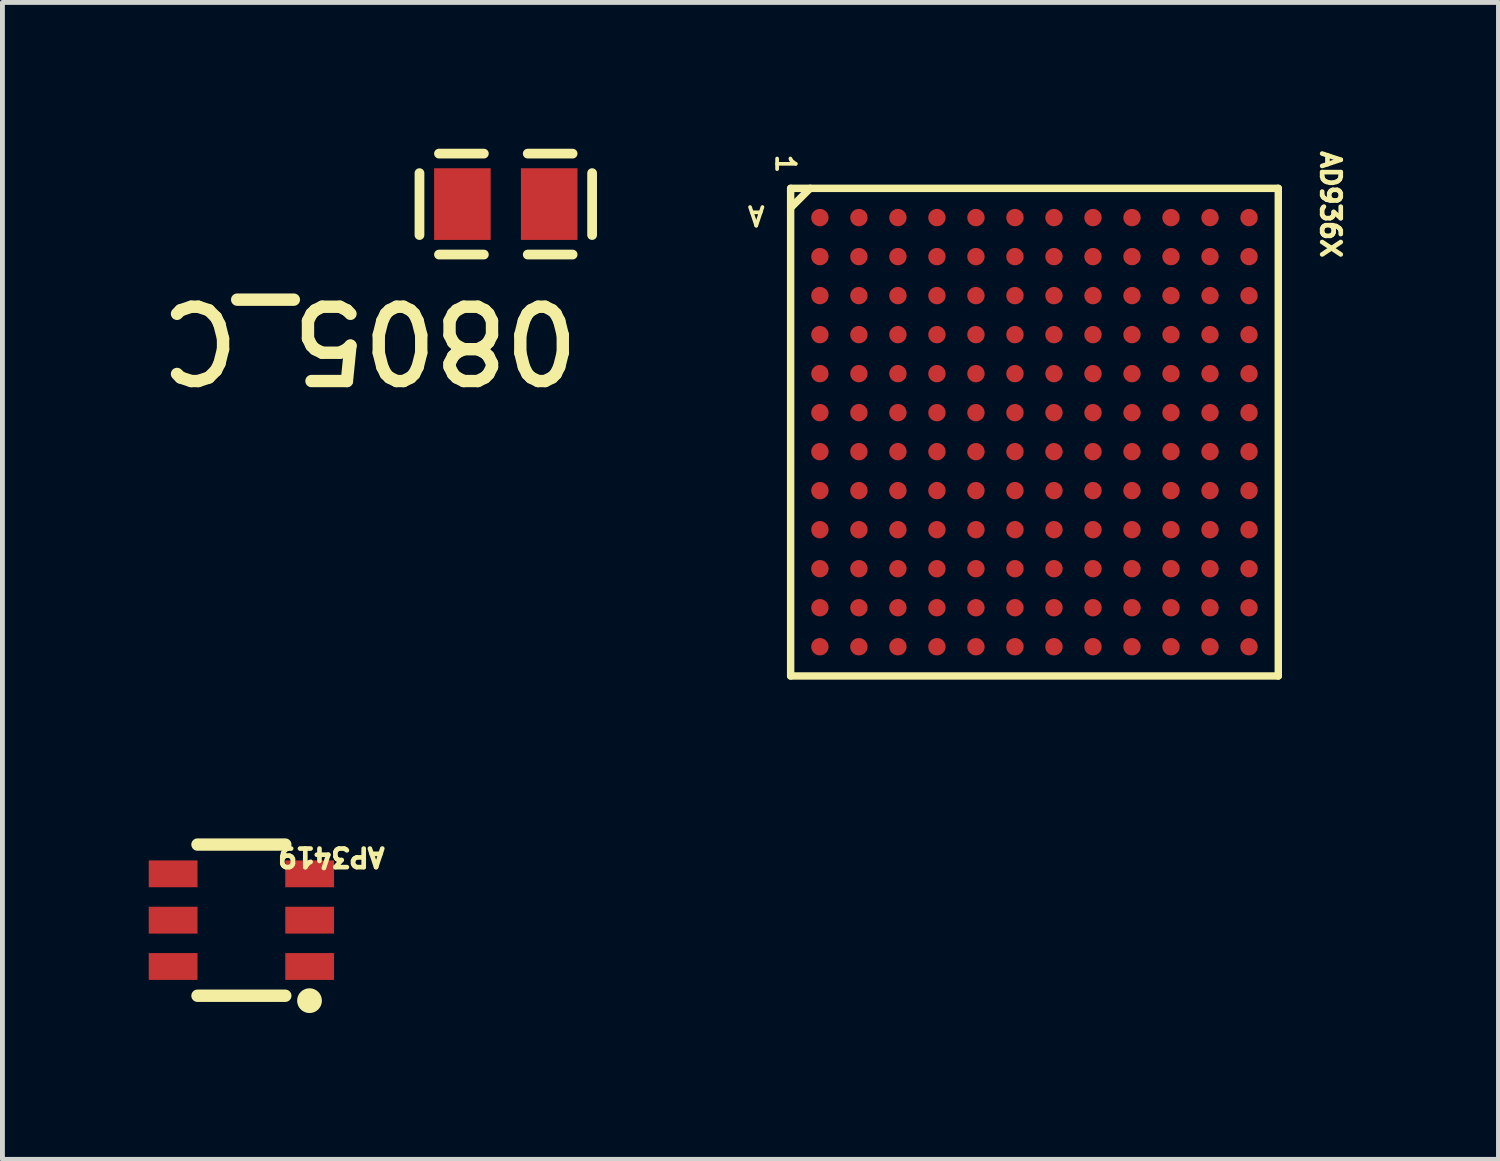
<source format=kicad_pcb>
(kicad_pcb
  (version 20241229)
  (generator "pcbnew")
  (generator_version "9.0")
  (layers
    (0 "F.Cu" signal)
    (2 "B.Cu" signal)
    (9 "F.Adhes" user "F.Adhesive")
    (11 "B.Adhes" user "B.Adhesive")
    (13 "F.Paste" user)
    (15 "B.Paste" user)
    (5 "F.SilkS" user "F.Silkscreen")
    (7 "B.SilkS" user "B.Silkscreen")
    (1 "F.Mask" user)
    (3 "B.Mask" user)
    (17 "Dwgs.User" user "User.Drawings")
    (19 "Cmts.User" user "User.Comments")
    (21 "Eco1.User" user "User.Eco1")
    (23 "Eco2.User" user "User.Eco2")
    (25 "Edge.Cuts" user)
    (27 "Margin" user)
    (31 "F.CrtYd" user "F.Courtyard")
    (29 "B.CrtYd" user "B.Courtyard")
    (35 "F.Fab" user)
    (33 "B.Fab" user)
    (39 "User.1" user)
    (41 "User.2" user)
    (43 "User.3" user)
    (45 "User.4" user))
  (footprint "AP3419"
    (layer "F.Cu")
    (at 2.032 15.819)
    (property "Reference" "AP3419" (at 2.856 -1.52 180) (unlocked yes) (layer "F.SilkS") (effects (font (size 0.381 0.381) (thickness 0.254)) (justify left bottom)))
    (fp_line (start 0.768 -1.55) (end -1.032 -1.55) (stroke (width 0.254) (type solid)) (layer "F.SilkS"))
    (fp_line (start 0.768 1.55) (end -1.032 1.55) (stroke (width 0.254) (type solid)) (layer "F.SilkS"))
    (fp_circle (center 1.265 1.651) (end 1.265 1.778) (stroke (width 0.254) (type solid)) (fill no) (layer "F.SilkS"))
    (fp_line (start -0.107 -0.356) (end -0.157 -0.305) (stroke (width 0.003) (type solid)) (layer "Eco1.User"))
    (pad "1" smd rect (at 1.268 0.95 180) (size 1 0.55) (layers "F.Cu" "F.Mask" "F.Paste"))
    (pad "2" smd rect (at 1.268 0.000076 180) (size 1 0.55) (layers "F.Cu" "F.Mask" "F.Paste"))
    (pad "3" smd rect (at 1.268 -0.95 180) (size 1 0.55) (layers "F.Cu" "F.Mask" "F.Paste"))
    (pad "4" smd rect (at -1.532 -0.95 180) (size 1 0.55) (layers "F.Cu" "F.Mask" "F.Paste"))
    (pad "5" smd rect (at -1.532 0.000076 180) (size 1 0.55) (layers "F.Cu" "F.Mask" "F.Paste"))
    (pad "6" smd rect (at -1.532 0.95 180) (size 1 0.55) (layers "F.Cu" "F.Mask" "F.Paste")))
  (footprint "0805_C"
    (layer "F.Cu")
    (at 7.322 1.135)
    (property "Reference" "0805_C" (at 1.626 1.905 180) (unlocked yes) (layer "F.SilkS") (effects (font (size 1.524 1.524) (thickness 0.254)) (justify left bottom)))
    (fp_line (start -1.77 -0.635) (end -1.77 0.635) (stroke (width 0.2) (type solid)) (layer "F.SilkS"))
    (fp_line (start -0.45 -1.035) (end -1.37 -1.035) (stroke (width 0.2) (type solid)) (layer "F.SilkS"))
    (fp_line (start -0.45 1.035) (end -1.37 1.035) (stroke (width 0.2) (type solid)) (layer "F.SilkS"))
    (fp_line (start 1.37 1.035) (end 0.45 1.035) (stroke (width 0.2) (type solid)) (layer "F.SilkS"))
    (fp_line (start 1.37 -1.035) (end 0.45 -1.035) (stroke (width 0.2) (type solid)) (layer "F.SilkS"))
    (fp_line (start 1.77 -0.635) (end 1.77 0.635) (stroke (width 0.2) (type solid)) (layer "F.SilkS"))
    (pad "1" smd rect (at -0.89 0) (size 1.16 1.47) (layers "F.Cu" "F.Mask" "F.Paste"))
    (pad "2" smd rect (at 0.89 0) (size 1.16 1.47) (layers "F.Cu" "F.Mask" "F.Paste")))
  (footprint "AD936X"
    (layer "F.Cu")
    (at 17.243 5.59)
    (property "Reference" "AD936X" (at 6.768 -5.59 270) (unlocked yes) (layer "F.SilkS") (effects (font (size 0.381 0.381) (thickness 0.254)) (justify left bottom)))
    (fp_line (start -4.08 -4.778) (end -4.08 5.222) (stroke (width 0.152) (type solid)) (layer "F.SilkS"))
    (fp_line (start -4.08 -4.778) (end 5.92 -4.778) (stroke (width 0.152) (type solid)) (layer "F.SilkS"))
    (fp_line (start -4.08 5.222) (end 5.92 5.222) (stroke (width 0.152) (type solid)) (layer "F.SilkS"))
    (fp_line (start -3.68 -4.778) (end -4.08 -4.378) (stroke (width 0.152) (type solid)) (layer "F.SilkS"))
    (fp_line (start 5.92 -4.778) (end 5.92 5.222) (stroke (width 0.152) (type solid)) (layer "F.SilkS"))
    (fp_line (start -4.334 -5.032) (end -4.334 5.476) (stroke (width 0.152) (type solid)) (layer "User.3"))
    (fp_line (start -4.334 -5.032) (end 6.174 -5.032) (stroke (width 0.152) (type solid)) (layer "User.3"))
    (fp_line (start -4.334 5.476) (end 6.174 5.476) (stroke (width 0.152) (type solid)) (layer "User.3"))
    (fp_line (start -4.08 -4.778) (end -4.08 5.222) (stroke (width 0.025) (type solid)) (layer "User.3"))
    (fp_line (start -4.08 -4.778) (end 5.92 -4.778) (stroke (width 0.025) (type solid)) (layer "User.3"))
    (fp_line (start -4.08 5.222) (end 5.92 5.222) (stroke (width 0.025) (type solid)) (layer "User.3"))
    (fp_line (start -3.68 -4.778) (end -4.08 -4.378) (stroke (width 0.025) (type solid)) (layer "User.3"))
    (fp_line (start 5.92 -4.778) (end 5.92 5.222) (stroke (width 0.025) (type solid)) (layer "User.3"))
    (fp_line (start 6.174 -5.032) (end 6.174 5.476) (stroke (width 0.152) (type solid)) (layer "User.3"))
    (fp_text user "A" (at -4.572 -4.445 180) (unlocked yes) (layer "F.SilkS") (effects (font (size 0.381 0.381) (thickness 0.076) (bold yes)) (justify left bottom)))
    (fp_text user "1" (at -4.408 -5.512 270) (unlocked yes) (layer "F.SilkS") (effects (font (size 0.381 0.381) (thickness 0.076) (bold yes)) (justify left bottom)))
    (pad "A1" smd circle (at -3.48 -4.178) (size 0.356 0.356) (layers "F.Cu" "F.Mask" "F.Paste"))
    (pad "A2" smd circle (at -2.68 -4.178) (size 0.356 0.356) (layers "F.Cu" "F.Mask" "F.Paste"))
    (pad "A3" smd circle (at -1.88 -4.178) (size 0.356 0.356) (layers "F.Cu" "F.Mask" "F.Paste"))
    (pad "A4" smd circle (at -1.08 -4.178) (size 0.356 0.356) (layers "F.Cu" "F.Mask" "F.Paste"))
    (pad "A5" smd circle (at -0.28 -4.178) (size 0.356 0.356) (layers "F.Cu" "F.Mask" "F.Paste"))
    (pad "A6" smd circle (at 0.52 -4.178) (size 0.356 0.356) (layers "F.Cu" "F.Mask" "F.Paste"))
    (pad "A7" smd circle (at 1.32 -4.178) (size 0.356 0.356) (layers "F.Cu" "F.Mask" "F.Paste"))
    (pad "A8" smd circle (at 2.12 -4.178) (size 0.356 0.356) (layers "F.Cu" "F.Mask" "F.Paste"))
    (pad "A9" smd circle (at 2.92 -4.178) (size 0.356 0.356) (layers "F.Cu" "F.Mask" "F.Paste"))
    (pad "A10" smd circle (at 3.72 -4.178) (size 0.356 0.356) (layers "F.Cu" "F.Mask" "F.Paste"))
    (pad "A11" smd circle (at 4.52 -4.178) (size 0.356 0.356) (layers "F.Cu" "F.Mask" "F.Paste"))
    (pad "A12" smd circle (at 5.32 -4.178) (size 0.356 0.356) (layers "F.Cu" "F.Mask" "F.Paste"))
    (pad "B1" smd circle (at -3.48 -3.378) (size 0.356 0.356) (layers "F.Cu" "F.Mask" "F.Paste"))
    (pad "B2" smd circle (at -2.68 -3.378) (size 0.356 0.356) (layers "F.Cu" "F.Mask" "F.Paste"))
    (pad "B3" smd circle (at -1.88 -3.378) (size 0.356 0.356) (layers "F.Cu" "F.Mask" "F.Paste"))
    (pad "B4" smd circle (at -1.08 -3.378) (size 0.356 0.356) (layers "F.Cu" "F.Mask" "F.Paste"))
    (pad "B5" smd circle (at -0.28 -3.378) (size 0.356 0.356) (layers "F.Cu" "F.Mask" "F.Paste"))
    (pad "B6" smd circle (at 0.52 -3.378) (size 0.356 0.356) (layers "F.Cu" "F.Mask" "F.Paste"))
    (pad "B7" smd circle (at 1.32 -3.378) (size 0.356 0.356) (layers "F.Cu" "F.Mask" "F.Paste"))
    (pad "B8" smd circle (at 2.12 -3.378) (size 0.356 0.356) (layers "F.Cu" "F.Mask" "F.Paste"))
    (pad "B9" smd circle (at 2.92 -3.378) (size 0.356 0.356) (layers "F.Cu" "F.Mask" "F.Paste"))
    (pad "B10" smd circle (at 3.72 -3.378) (size 0.356 0.356) (layers "F.Cu" "F.Mask" "F.Paste"))
    (pad "B11" smd circle (at 4.52 -3.378) (size 0.356 0.356) (layers "F.Cu" "F.Mask" "F.Paste"))
    (pad "B12" smd circle (at 5.32 -3.378) (size 0.356 0.356) (layers "F.Cu" "F.Mask" "F.Paste"))
    (pad "C1" smd circle (at -3.48 -2.578) (size 0.356 0.356) (layers "F.Cu" "F.Mask" "F.Paste"))
    (pad "C2" smd circle (at -2.68 -2.578) (size 0.356 0.356) (layers "F.Cu" "F.Mask" "F.Paste"))
    (pad "C3" smd circle (at -1.88 -2.578) (size 0.356 0.356) (layers "F.Cu" "F.Mask" "F.Paste"))
    (pad "C4" smd circle (at -1.08 -2.578) (size 0.356 0.356) (layers "F.Cu" "F.Mask" "F.Paste"))
    (pad "C5" smd circle (at -0.28 -2.578) (size 0.356 0.356) (layers "F.Cu" "F.Mask" "F.Paste"))
    (pad "C6" smd circle (at 0.52 -2.578) (size 0.356 0.356) (layers "F.Cu" "F.Mask" "F.Paste"))
    (pad "C7" smd circle (at 1.32 -2.578) (size 0.356 0.356) (layers "F.Cu" "F.Mask" "F.Paste"))
    (pad "C8" smd circle (at 2.12 -2.578) (size 0.356 0.356) (layers "F.Cu" "F.Mask" "F.Paste"))
    (pad "C9" smd circle (at 2.92 -2.578) (size 0.356 0.356) (layers "F.Cu" "F.Mask" "F.Paste"))
    (pad "C10" smd circle (at 3.72 -2.578) (size 0.356 0.356) (layers "F.Cu" "F.Mask" "F.Paste"))
    (pad "C11" smd circle (at 4.52 -2.578) (size 0.356 0.356) (layers "F.Cu" "F.Mask" "F.Paste"))
    (pad "C12" smd circle (at 5.32 -2.578) (size 0.356 0.356) (layers "F.Cu" "F.Mask" "F.Paste"))
    (pad "D1" smd circle (at -3.48 -1.778) (size 0.356 0.356) (layers "F.Cu" "F.Mask" "F.Paste"))
    (pad "D2" smd circle (at -2.68 -1.778) (size 0.356 0.356) (layers "F.Cu" "F.Mask" "F.Paste"))
    (pad "D3" smd circle (at -1.88 -1.778) (size 0.356 0.356) (layers "F.Cu" "F.Mask" "F.Paste"))
    (pad "D4" smd circle (at -1.08 -1.778) (size 0.356 0.356) (layers "F.Cu" "F.Mask" "F.Paste"))
    (pad "D5" smd circle (at -0.28 -1.778) (size 0.356 0.356) (layers "F.Cu" "F.Mask" "F.Paste"))
    (pad "D6" smd circle (at 0.52 -1.778) (size 0.356 0.356) (layers "F.Cu" "F.Mask" "F.Paste"))
    (pad "D7" smd circle (at 1.32 -1.778) (size 0.356 0.356) (layers "F.Cu" "F.Mask" "F.Paste"))
    (pad "D8" smd circle (at 2.12 -1.778) (size 0.356 0.356) (layers "F.Cu" "F.Mask" "F.Paste"))
    (pad "D9" smd circle (at 2.92 -1.778) (size 0.356 0.356) (layers "F.Cu" "F.Mask" "F.Paste"))
    (pad "D10" smd circle (at 3.72 -1.778) (size 0.356 0.356) (layers "F.Cu" "F.Mask" "F.Paste"))
    (pad "D11" smd circle (at 4.52 -1.778) (size 0.356 0.356) (layers "F.Cu" "F.Mask" "F.Paste"))
    (pad "D12" smd circle (at 5.32 -1.778) (size 0.356 0.356) (layers "F.Cu" "F.Mask" "F.Paste"))
    (pad "E1" smd circle (at -3.48 -0.978) (size 0.356 0.356) (layers "F.Cu" "F.Mask" "F.Paste"))
    (pad "E2" smd circle (at -2.68 -0.978) (size 0.356 0.356) (layers "F.Cu" "F.Mask" "F.Paste"))
    (pad "E3" smd circle (at -1.88 -0.978) (size 0.356 0.356) (layers "F.Cu" "F.Mask" "F.Paste"))
    (pad "E4" smd circle (at -1.08 -0.978) (size 0.356 0.356) (layers "F.Cu" "F.Mask" "F.Paste"))
    (pad "E5" smd circle (at -0.28 -0.978) (size 0.356 0.356) (layers "F.Cu" "F.Mask" "F.Paste"))
    (pad "E6" smd circle (at 0.52 -0.978) (size 0.356 0.356) (layers "F.Cu" "F.Mask" "F.Paste"))
    (pad "E7" smd circle (at 1.32 -0.978) (size 0.356 0.356) (layers "F.Cu" "F.Mask" "F.Paste"))
    (pad "E8" smd circle (at 2.12 -0.978) (size 0.356 0.356) (layers "F.Cu" "F.Mask" "F.Paste"))
    (pad "E9" smd circle (at 2.92 -0.978) (size 0.356 0.356) (layers "F.Cu" "F.Mask" "F.Paste"))
    (pad "E10" smd circle (at 3.72 -0.978) (size 0.356 0.356) (layers "F.Cu" "F.Mask" "F.Paste"))
    (pad "E11" smd circle (at 4.52 -0.978) (size 0.356 0.356) (layers "F.Cu" "F.Mask" "F.Paste"))
    (pad "E12" smd circle (at 5.32 -0.978) (size 0.356 0.356) (layers "F.Cu" "F.Mask" "F.Paste"))
    (pad "F1" smd circle (at -3.48 -0.178) (size 0.356 0.356) (layers "F.Cu" "F.Mask" "F.Paste"))
    (pad "F2" smd circle (at -2.68 -0.178) (size 0.356 0.356) (layers "F.Cu" "F.Mask" "F.Paste"))
    (pad "F3" smd circle (at -1.88 -0.178) (size 0.356 0.356) (layers "F.Cu" "F.Mask" "F.Paste"))
    (pad "F4" smd circle (at -1.08 -0.178) (size 0.356 0.356) (layers "F.Cu" "F.Mask" "F.Paste"))
    (pad "F5" smd circle (at -0.28 -0.178) (size 0.356 0.356) (layers "F.Cu" "F.Mask" "F.Paste"))
    (pad "F6" smd circle (at 0.52 -0.178) (size 0.356 0.356) (layers "F.Cu" "F.Mask" "F.Paste"))
    (pad "F7" smd circle (at 1.32 -0.178) (size 0.356 0.356) (layers "F.Cu" "F.Mask" "F.Paste"))
    (pad "F8" smd circle (at 2.12 -0.178) (size 0.356 0.356) (layers "F.Cu" "F.Mask" "F.Paste"))
    (pad "F9" smd circle (at 2.92 -0.178) (size 0.356 0.356) (layers "F.Cu" "F.Mask" "F.Paste"))
    (pad "F10" smd circle (at 3.72 -0.178) (size 0.356 0.356) (layers "F.Cu" "F.Mask" "F.Paste"))
    (pad "F11" smd circle (at 4.52 -0.178) (size 0.356 0.356) (layers "F.Cu" "F.Mask" "F.Paste"))
    (pad "F12" smd circle (at 5.32 -0.178) (size 0.356 0.356) (layers "F.Cu" "F.Mask" "F.Paste"))
    (pad "G1" smd circle (at -3.48 0.622) (size 0.356 0.356) (layers "F.Cu" "F.Mask" "F.Paste"))
    (pad "G2" smd circle (at -2.68 0.622) (size 0.356 0.356) (layers "F.Cu" "F.Mask" "F.Paste"))
    (pad "G3" smd circle (at -1.88 0.622) (size 0.356 0.356) (layers "F.Cu" "F.Mask" "F.Paste"))
    (pad "G4" smd circle (at -1.08 0.622) (size 0.356 0.356) (layers "F.Cu" "F.Mask" "F.Paste"))
    (pad "G5" smd circle (at -0.28 0.622) (size 0.356 0.356) (layers "F.Cu" "F.Mask" "F.Paste"))
    (pad "G6" smd circle (at 0.52 0.622) (size 0.356 0.356) (layers "F.Cu" "F.Mask" "F.Paste"))
    (pad "G7" smd circle (at 1.32 0.622) (size 0.356 0.356) (layers "F.Cu" "F.Mask" "F.Paste"))
    (pad "G8" smd circle (at 2.12 0.622) (size 0.356 0.356) (layers "F.Cu" "F.Mask" "F.Paste"))
    (pad "G9" smd circle (at 2.92 0.622) (size 0.356 0.356) (layers "F.Cu" "F.Mask" "F.Paste"))
    (pad "G10" smd circle (at 3.72 0.622) (size 0.356 0.356) (layers "F.Cu" "F.Mask" "F.Paste"))
    (pad "G11" smd circle (at 4.52 0.622) (size 0.356 0.356) (layers "F.Cu" "F.Mask" "F.Paste"))
    (pad "G12" smd circle (at 5.32 0.622) (size 0.356 0.356) (layers "F.Cu" "F.Mask" "F.Paste"))
    (pad "H1" smd circle (at -3.48 1.421) (size 0.356 0.356) (layers "F.Cu" "F.Mask" "F.Paste"))
    (pad "H2" smd circle (at -2.68 1.421) (size 0.356 0.356) (layers "F.Cu" "F.Mask" "F.Paste"))
    (pad "H3" smd circle (at -1.88 1.421) (size 0.356 0.356) (layers "F.Cu" "F.Mask" "F.Paste"))
    (pad "H4" smd circle (at -1.08 1.421) (size 0.356 0.356) (layers "F.Cu" "F.Mask" "F.Paste"))
    (pad "H5" smd circle (at -0.28 1.421) (size 0.356 0.356) (layers "F.Cu" "F.Mask" "F.Paste"))
    (pad "H6" smd circle (at 0.52 1.421) (size 0.356 0.356) (layers "F.Cu" "F.Mask" "F.Paste"))
    (pad "H7" smd circle (at 1.32 1.421) (size 0.356 0.356) (layers "F.Cu" "F.Mask" "F.Paste"))
    (pad "H8" smd circle (at 2.12 1.421) (size 0.356 0.356) (layers "F.Cu" "F.Mask" "F.Paste"))
    (pad "H9" smd circle (at 2.92 1.421) (size 0.356 0.356) (layers "F.Cu" "F.Mask" "F.Paste"))
    (pad "H10" smd circle (at 3.72 1.421) (size 0.356 0.356) (layers "F.Cu" "F.Mask" "F.Paste"))
    (pad "H11" smd circle (at 4.52 1.421) (size 0.356 0.356) (layers "F.Cu" "F.Mask" "F.Paste"))
    (pad "H12" smd circle (at 5.32 1.421) (size 0.356 0.356) (layers "F.Cu" "F.Mask" "F.Paste"))
    (pad "J1" smd circle (at -3.48 2.222) (size 0.356 0.356) (layers "F.Cu" "F.Mask" "F.Paste"))
    (pad "J2" smd circle (at -2.68 2.222) (size 0.356 0.356) (layers "F.Cu" "F.Mask" "F.Paste"))
    (pad "J3" smd circle (at -1.88 2.222) (size 0.356 0.356) (layers "F.Cu" "F.Mask" "F.Paste"))
    (pad "J4" smd circle (at -1.08 2.222) (size 0.356 0.356) (layers "F.Cu" "F.Mask" "F.Paste"))
    (pad "J5" smd circle (at -0.28 2.222) (size 0.356 0.356) (layers "F.Cu" "F.Mask" "F.Paste"))
    (pad "J6" smd circle (at 0.52 2.222) (size 0.356 0.356) (layers "F.Cu" "F.Mask" "F.Paste"))
    (pad "J7" smd circle (at 1.32 2.222) (size 0.356 0.356) (layers "F.Cu" "F.Mask" "F.Paste"))
    (pad "J8" smd circle (at 2.12 2.222) (size 0.356 0.356) (layers "F.Cu" "F.Mask" "F.Paste"))
    (pad "J9" smd circle (at 2.92 2.222) (size 0.356 0.356) (layers "F.Cu" "F.Mask" "F.Paste"))
    (pad "J10" smd circle (at 3.72 2.222) (size 0.356 0.356) (layers "F.Cu" "F.Mask" "F.Paste"))
    (pad "J11" smd circle (at 4.52 2.222) (size 0.356 0.356) (layers "F.Cu" "F.Mask" "F.Paste"))
    (pad "J12" smd circle (at 5.32 2.222) (size 0.356 0.356) (layers "F.Cu" "F.Mask" "F.Paste"))
    (pad "K1" smd circle (at -3.48 3.022) (size 0.356 0.356) (layers "F.Cu" "F.Mask" "F.Paste"))
    (pad "K2" smd circle (at -2.68 3.022) (size 0.356 0.356) (layers "F.Cu" "F.Mask" "F.Paste"))
    (pad "K3" smd circle (at -1.88 3.022) (size 0.356 0.356) (layers "F.Cu" "F.Mask" "F.Paste"))
    (pad "K4" smd circle (at -1.08 3.022) (size 0.356 0.356) (layers "F.Cu" "F.Mask" "F.Paste"))
    (pad "K5" smd circle (at -0.28 3.022) (size 0.356 0.356) (layers "F.Cu" "F.Mask" "F.Paste"))
    (pad "K6" smd circle (at 0.52 3.022) (size 0.356 0.356) (layers "F.Cu" "F.Mask" "F.Paste"))
    (pad "K7" smd circle (at 1.32 3.022) (size 0.356 0.356) (layers "F.Cu" "F.Mask" "F.Paste"))
    (pad "K8" smd circle (at 2.12 3.022) (size 0.356 0.356) (layers "F.Cu" "F.Mask" "F.Paste"))
    (pad "K9" smd circle (at 2.92 3.022) (size 0.356 0.356) (layers "F.Cu" "F.Mask" "F.Paste"))
    (pad "K10" smd circle (at 3.72 3.022) (size 0.356 0.356) (layers "F.Cu" "F.Mask" "F.Paste"))
    (pad "K11" smd circle (at 4.52 3.022) (size 0.356 0.356) (layers "F.Cu" "F.Mask" "F.Paste"))
    (pad "K12" smd circle (at 5.32 3.022) (size 0.356 0.356) (layers "F.Cu" "F.Mask" "F.Paste"))
    (pad "L1" smd circle (at -3.48 3.822) (size 0.356 0.356) (layers "F.Cu" "F.Mask" "F.Paste"))
    (pad "L2" smd circle (at -2.68 3.822) (size 0.356 0.356) (layers "F.Cu" "F.Mask" "F.Paste"))
    (pad "L3" smd circle (at -1.88 3.822) (size 0.356 0.356) (layers "F.Cu" "F.Mask" "F.Paste"))
    (pad "L4" smd circle (at -1.08 3.822) (size 0.356 0.356) (layers "F.Cu" "F.Mask" "F.Paste"))
    (pad "L5" smd circle (at -0.28 3.822) (size 0.356 0.356) (layers "F.Cu" "F.Mask" "F.Paste"))
    (pad "L6" smd circle (at 0.52 3.822) (size 0.356 0.356) (layers "F.Cu" "F.Mask" "F.Paste"))
    (pad "L7" smd circle (at 1.32 3.822) (size 0.356 0.356) (layers "F.Cu" "F.Mask" "F.Paste"))
    (pad "L8" smd circle (at 2.12 3.822) (size 0.356 0.356) (layers "F.Cu" "F.Mask" "F.Paste"))
    (pad "L9" smd circle (at 2.92 3.822) (size 0.356 0.356) (layers "F.Cu" "F.Mask" "F.Paste"))
    (pad "L10" smd circle (at 3.72 3.822) (size 0.356 0.356) (layers "F.Cu" "F.Mask" "F.Paste"))
    (pad "L11" smd circle (at 4.52 3.822) (size 0.356 0.356) (layers "F.Cu" "F.Mask" "F.Paste"))
    (pad "L12" smd circle (at 5.32 3.822) (size 0.356 0.356) (layers "F.Cu" "F.Mask" "F.Paste"))
    (pad "M1" smd circle (at -3.48 4.622) (size 0.356 0.356) (layers "F.Cu" "F.Mask" "F.Paste"))
    (pad "M2" smd circle (at -2.68 4.622) (size 0.356 0.356) (layers "F.Cu" "F.Mask" "F.Paste"))
    (pad "M3" smd circle (at -1.88 4.622) (size 0.356 0.356) (layers "F.Cu" "F.Mask" "F.Paste"))
    (pad "M4" smd circle (at -1.08 4.622) (size 0.356 0.356) (layers "F.Cu" "F.Mask" "F.Paste"))
    (pad "M5" smd circle (at -0.28 4.622) (size 0.356 0.356) (layers "F.Cu" "F.Mask" "F.Paste"))
    (pad "M6" smd circle (at 0.52 4.622) (size 0.356 0.356) (layers "F.Cu" "F.Mask" "F.Paste"))
    (pad "M7" smd circle (at 1.32 4.622) (size 0.356 0.356) (layers "F.Cu" "F.Mask" "F.Paste"))
    (pad "M8" smd circle (at 2.12 4.622) (size 0.356 0.356) (layers "F.Cu" "F.Mask" "F.Paste"))
    (pad "M9" smd circle (at 2.92 4.622) (size 0.356 0.356) (layers "F.Cu" "F.Mask" "F.Paste"))
    (pad "M10" smd circle (at 3.72 4.622) (size 0.356 0.356) (layers "F.Cu" "F.Mask" "F.Paste"))
    (pad "M11" smd circle (at 4.52 4.622) (size 0.356 0.356) (layers "F.Cu" "F.Mask" "F.Paste"))
    (pad "M12" smd circle (at 5.32 4.622) (size 0.356 0.356) (layers "F.Cu" "F.Mask" "F.Paste")))
  (gr_rect
    (start -3 -3)
    (end 27.678 20.724)
    (stroke (width 0.1) (type default))
    (fill no)
    (layer "Edge.Cuts")))
</source>
